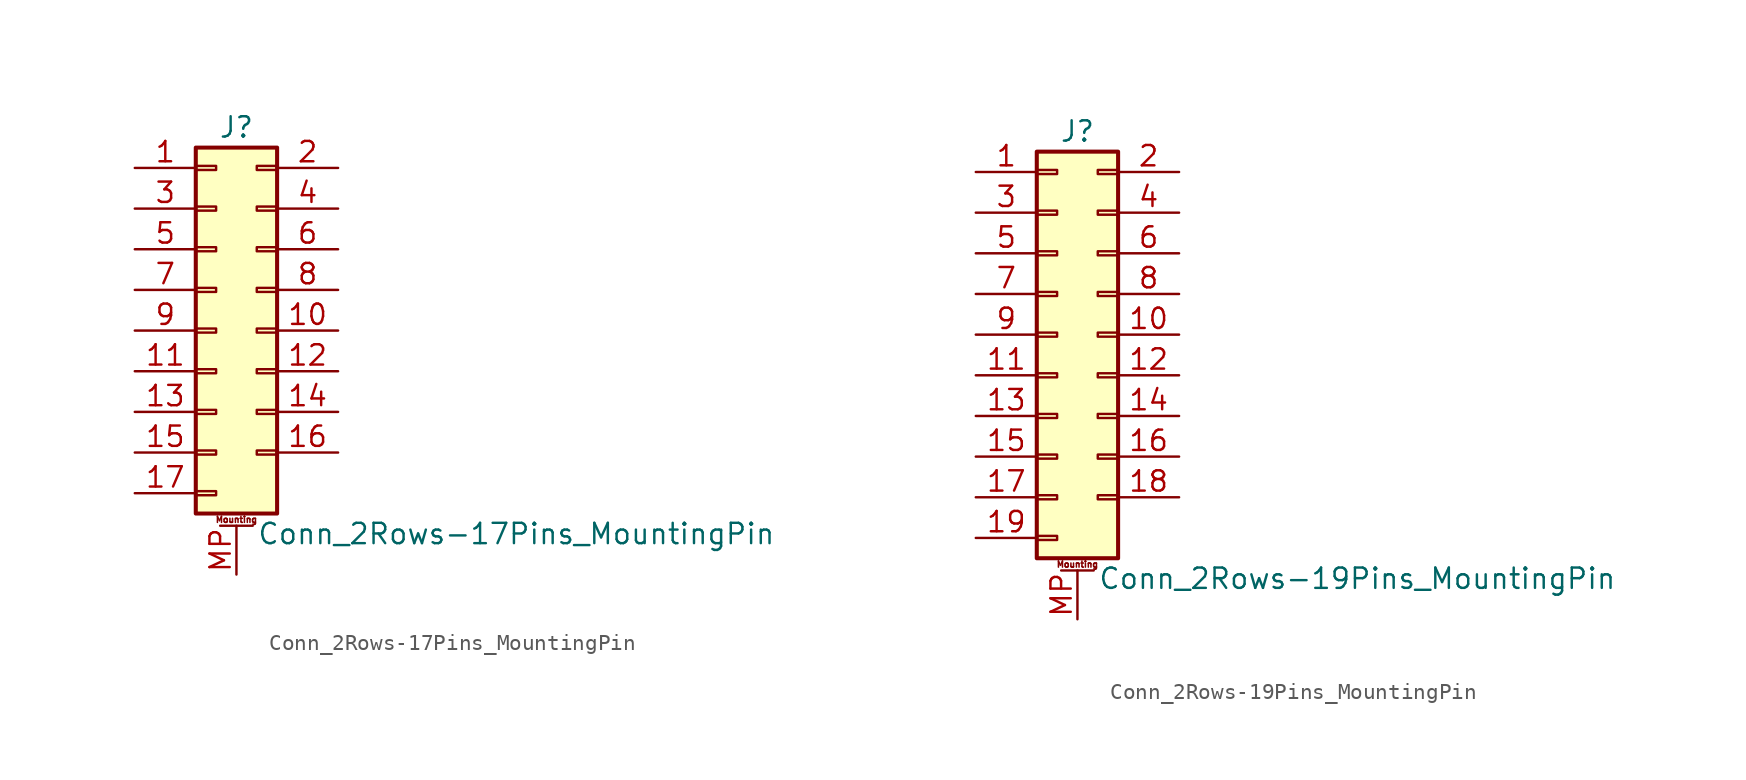
<source format=kicad_sym>
(kicad_symbol_lib
  (version 20201005)
  (generator kicad_symbol_editor)
  (symbol "Connector_Generic_MountingPin:Conn_2Rows-17Pins_MountingPin"
    (pin_names
      (offset 1.016) hide)
    (property "Reference" "J"
      (at 1.27 12.7 0)
      (effects (font (size 1.27 1.27))))
    (property "Value" "Conn_2Rows-17Pins_MountingPin"
      (at 2.54 -12.7 0)
      (effects (font (size 1.27 1.27)) (justify left)))
    (symbol "Conn_2Rows-17Pins_MountingPin_1_1"
      (text "Mounting" (at 1.27 -11.811 0) (effects (font (size 0.381 0.381))))
      (rectangle (start -1.27 -4.953) (end 0 -5.207) (stroke (width 0.152)) (fill (type none)))
      (rectangle (start -1.27 -7.493) (end 0 -7.747) (stroke (width 0.152)) (fill (type none)))
      (rectangle (start -1.27 -10.033) (end 0 -10.287) (stroke (width 0.152)) (fill (type none)))
      (rectangle (start -1.27 -2.413) (end 0 -2.667) (stroke (width 0.152)) (fill (type none)))
      (rectangle (start -1.27 2.667) (end 0 2.413) (stroke (width 0.152)) (fill (type none)))
      (rectangle (start -1.27 5.207) (end 0 4.953) (stroke (width 0.152)) (fill (type none)))
      (rectangle (start -1.27 7.747) (end 0 7.493) (stroke (width 0.152)) (fill (type none)))
      (rectangle (start -1.27 10.287) (end 0 10.033) (stroke (width 0.152)) (fill (type none)))
      (rectangle (start -1.27 11.43) (end 3.81 -11.43) (stroke (width 0.254)) (fill (type background)))
      (rectangle (start -1.27 0.127) (end 0 -0.127) (stroke (width 0.152)) (fill (type none)))
      (rectangle (start 3.81 -4.953) (end 2.54 -5.207) (stroke (width 0.152)) (fill (type none)))
      (rectangle (start 3.81 -7.493) (end 2.54 -7.747) (stroke (width 0.152)) (fill (type none)))
      (rectangle (start 3.81 -2.413) (end 2.54 -2.667) (stroke (width 0.152)) (fill (type none)))
      (rectangle (start 3.81 2.667) (end 2.54 2.413) (stroke (width 0.152)) (fill (type none)))
      (rectangle (start 3.81 5.207) (end 2.54 4.953) (stroke (width 0.152)) (fill (type none)))
      (rectangle (start 3.81 7.747) (end 2.54 7.493) (stroke (width 0.152)) (fill (type none)))
      (rectangle (start 3.81 10.287) (end 2.54 10.033) (stroke (width 0.152)) (fill (type none)))
      (rectangle (start 3.81 0.127) (end 2.54 -0.127) (stroke (width 0.152)) (fill (type none)))
      (polyline (pts (xy 0.254 -12.192) (xy 2.286 -12.192)) (stroke (width 0.152)) (fill (type none)))
      (pin passive line (at 1.27 -15.24 90) (length 3.048) (name "MountPin" (effects (font (size 1.27 1.27)))) (number "MP" (effects (font (size 1.27 1.27)))))
      (pin passive line (at -5.08 10.16 0) (length 3.81) (name "Pin_1" (effects (font (size 1.27 1.27)))) (number "1" (effects (font (size 1.27 1.27)))))
      (pin passive line (at 7.62 0 180) (length 3.81) (name "Pin_10" (effects (font (size 1.27 1.27)))) (number "10" (effects (font (size 1.27 1.27)))))
      (pin passive line (at -5.08 -2.54 0) (length 3.81) (name "Pin_11" (effects (font (size 1.27 1.27)))) (number "11" (effects (font (size 1.27 1.27)))))
      (pin passive line (at 7.62 -2.54 180) (length 3.81) (name "Pin_12" (effects (font (size 1.27 1.27)))) (number "12" (effects (font (size 1.27 1.27)))))
      (pin passive line (at -5.08 -5.08 0) (length 3.81) (name "Pin_13" (effects (font (size 1.27 1.27)))) (number "13" (effects (font (size 1.27 1.27)))))
      (pin passive line (at 7.62 -5.08 180) (length 3.81) (name "Pin_14" (effects (font (size 1.27 1.27)))) (number "14" (effects (font (size 1.27 1.27)))))
      (pin passive line (at -5.08 -7.62 0) (length 3.81) (name "Pin_15" (effects (font (size 1.27 1.27)))) (number "15" (effects (font (size 1.27 1.27)))))
      (pin passive line (at 7.62 -7.62 180) (length 3.81) (name "Pin_16" (effects (font (size 1.27 1.27)))) (number "16" (effects (font (size 1.27 1.27)))))
      (pin passive line (at -5.08 -10.16 0) (length 3.81) (name "Pin_17" (effects (font (size 1.27 1.27)))) (number "17" (effects (font (size 1.27 1.27)))))
      (pin passive line (at 7.62 10.16 180) (length 3.81) (name "Pin_2" (effects (font (size 1.27 1.27)))) (number "2" (effects (font (size 1.27 1.27)))))
      (pin passive line (at -5.08 7.62 0) (length 3.81) (name "Pin_3" (effects (font (size 1.27 1.27)))) (number "3" (effects (font (size 1.27 1.27)))))
      (pin passive line (at 7.62 7.62 180) (length 3.81) (name "Pin_4" (effects (font (size 1.27 1.27)))) (number "4" (effects (font (size 1.27 1.27)))))
      (pin passive line (at -5.08 5.08 0) (length 3.81) (name "Pin_5" (effects (font (size 1.27 1.27)))) (number "5" (effects (font (size 1.27 1.27)))))
      (pin passive line (at 7.62 5.08 180) (length 3.81) (name "Pin_6" (effects (font (size 1.27 1.27)))) (number "6" (effects (font (size 1.27 1.27)))))
      (pin passive line (at -5.08 2.54 0) (length 3.81) (name "Pin_7" (effects (font (size 1.27 1.27)))) (number "7" (effects (font (size 1.27 1.27)))))
      (pin passive line (at 7.62 2.54 180) (length 3.81) (name "Pin_8" (effects (font (size 1.27 1.27)))) (number "8" (effects (font (size 1.27 1.27)))))
      (pin passive line (at -5.08 0 0) (length 3.81) (name "Pin_9" (effects (font (size 1.27 1.27)))) (number "9" (effects (font (size 1.27 1.27)))))))
  (symbol "Connector_Generic_MountingPin:Conn_2Rows-19Pins_MountingPin"
    (pin_names
      (offset 1.016) hide)
    (property "Reference" "J"
      (at 1.27 12.7 0)
      (effects (font (size 1.27 1.27))))
    (property "Value" "Conn_2Rows-19Pins_MountingPin"
      (at 2.54 -15.24 0)
      (effects (font (size 1.27 1.27)) (justify left)))
    (symbol "Conn_2Rows-19Pins_MountingPin_1_1"
      (text "Mounting" (at 1.27 -14.351 0) (effects (font (size 0.381 0.381))))
      (rectangle (start -1.27 -4.953) (end 0 -5.207) (stroke (width 0.152)) (fill (type none)))
      (rectangle (start -1.27 -7.493) (end 0 -7.747) (stroke (width 0.152)) (fill (type none)))
      (rectangle (start -1.27 -10.033) (end 0 -10.287) (stroke (width 0.152)) (fill (type none)))
      (rectangle (start -1.27 -12.573) (end 0 -12.827) (stroke (width 0.152)) (fill (type none)))
      (rectangle (start -1.27 -2.413) (end 0 -2.667) (stroke (width 0.152)) (fill (type none)))
      (rectangle (start -1.27 2.667) (end 0 2.413) (stroke (width 0.152)) (fill (type none)))
      (rectangle (start -1.27 5.207) (end 0 4.953) (stroke (width 0.152)) (fill (type none)))
      (rectangle (start -1.27 7.747) (end 0 7.493) (stroke (width 0.152)) (fill (type none)))
      (rectangle (start -1.27 10.287) (end 0 10.033) (stroke (width 0.152)) (fill (type none)))
      (rectangle (start -1.27 11.43) (end 3.81 -13.97) (stroke (width 0.254)) (fill (type background)))
      (rectangle (start -1.27 0.127) (end 0 -0.127) (stroke (width 0.152)) (fill (type none)))
      (rectangle (start 3.81 -4.953) (end 2.54 -5.207) (stroke (width 0.152)) (fill (type none)))
      (rectangle (start 3.81 -7.493) (end 2.54 -7.747) (stroke (width 0.152)) (fill (type none)))
      (rectangle (start 3.81 -10.033) (end 2.54 -10.287) (stroke (width 0.152)) (fill (type none)))
      (rectangle (start 3.81 -2.413) (end 2.54 -2.667) (stroke (width 0.152)) (fill (type none)))
      (rectangle (start 3.81 2.667) (end 2.54 2.413) (stroke (width 0.152)) (fill (type none)))
      (rectangle (start 3.81 5.207) (end 2.54 4.953) (stroke (width 0.152)) (fill (type none)))
      (rectangle (start 3.81 7.747) (end 2.54 7.493) (stroke (width 0.152)) (fill (type none)))
      (rectangle (start 3.81 10.287) (end 2.54 10.033) (stroke (width 0.152)) (fill (type none)))
      (rectangle (start 3.81 0.127) (end 2.54 -0.127) (stroke (width 0.152)) (fill (type none)))
      (polyline (pts (xy 0.254 -14.732) (xy 2.286 -14.732)) (stroke (width 0.152)) (fill (type none)))
      (pin passive line (at 1.27 -17.78 90) (length 3.048) (name "MountPin" (effects (font (size 1.27 1.27)))) (number "MP" (effects (font (size 1.27 1.27)))))
      (pin passive line (at -5.08 10.16 0) (length 3.81) (name "Pin_1" (effects (font (size 1.27 1.27)))) (number "1" (effects (font (size 1.27 1.27)))))
      (pin passive line (at 7.62 0 180) (length 3.81) (name "Pin_10" (effects (font (size 1.27 1.27)))) (number "10" (effects (font (size 1.27 1.27)))))
      (pin passive line (at -5.08 -2.54 0) (length 3.81) (name "Pin_11" (effects (font (size 1.27 1.27)))) (number "11" (effects (font (size 1.27 1.27)))))
      (pin passive line (at 7.62 -2.54 180) (length 3.81) (name "Pin_12" (effects (font (size 1.27 1.27)))) (number "12" (effects (font (size 1.27 1.27)))))
      (pin passive line (at -5.08 -5.08 0) (length 3.81) (name "Pin_13" (effects (font (size 1.27 1.27)))) (number "13" (effects (font (size 1.27 1.27)))))
      (pin passive line (at 7.62 -5.08 180) (length 3.81) (name "Pin_14" (effects (font (size 1.27 1.27)))) (number "14" (effects (font (size 1.27 1.27)))))
      (pin passive line (at -5.08 -7.62 0) (length 3.81) (name "Pin_15" (effects (font (size 1.27 1.27)))) (number "15" (effects (font (size 1.27 1.27)))))
      (pin passive line (at 7.62 -7.62 180) (length 3.81) (name "Pin_16" (effects (font (size 1.27 1.27)))) (number "16" (effects (font (size 1.27 1.27)))))
      (pin passive line (at -5.08 -10.16 0) (length 3.81) (name "Pin_17" (effects (font (size 1.27 1.27)))) (number "17" (effects (font (size 1.27 1.27)))))
      (pin passive line (at 7.62 -10.16 180) (length 3.81) (name "Pin_18" (effects (font (size 1.27 1.27)))) (number "18" (effects (font (size 1.27 1.27)))))
      (pin passive line (at -5.08 -12.7 0) (length 3.81) (name "Pin_19" (effects (font (size 1.27 1.27)))) (number "19" (effects (font (size 1.27 1.27)))))
      (pin passive line (at 7.62 10.16 180) (length 3.81) (name "Pin_2" (effects (font (size 1.27 1.27)))) (number "2" (effects (font (size 1.27 1.27)))))
      (pin passive line (at -5.08 7.62 0) (length 3.81) (name "Pin_3" (effects (font (size 1.27 1.27)))) (number "3" (effects (font (size 1.27 1.27)))))
      (pin passive line (at 7.62 7.62 180) (length 3.81) (name "Pin_4" (effects (font (size 1.27 1.27)))) (number "4" (effects (font (size 1.27 1.27)))))
      (pin passive line (at -5.08 5.08 0) (length 3.81) (name "Pin_5" (effects (font (size 1.27 1.27)))) (number "5" (effects (font (size 1.27 1.27)))))
      (pin passive line (at 7.62 5.08 180) (length 3.81) (name "Pin_6" (effects (font (size 1.27 1.27)))) (number "6" (effects (font (size 1.27 1.27)))))
      (pin passive line (at -5.08 2.54 0) (length 3.81) (name "Pin_7" (effects (font (size 1.27 1.27)))) (number "7" (effects (font (size 1.27 1.27)))))
      (pin passive line (at 7.62 2.54 180) (length 3.81) (name "Pin_8" (effects (font (size 1.27 1.27)))) (number "8" (effects (font (size 1.27 1.27)))))
      (pin passive line (at -5.08 0 0) (length 3.81) (name "Pin_9" (effects (font (size 1.27 1.27)))) (number "9" (effects (font (size 1.27 1.27))))))))
</source>
